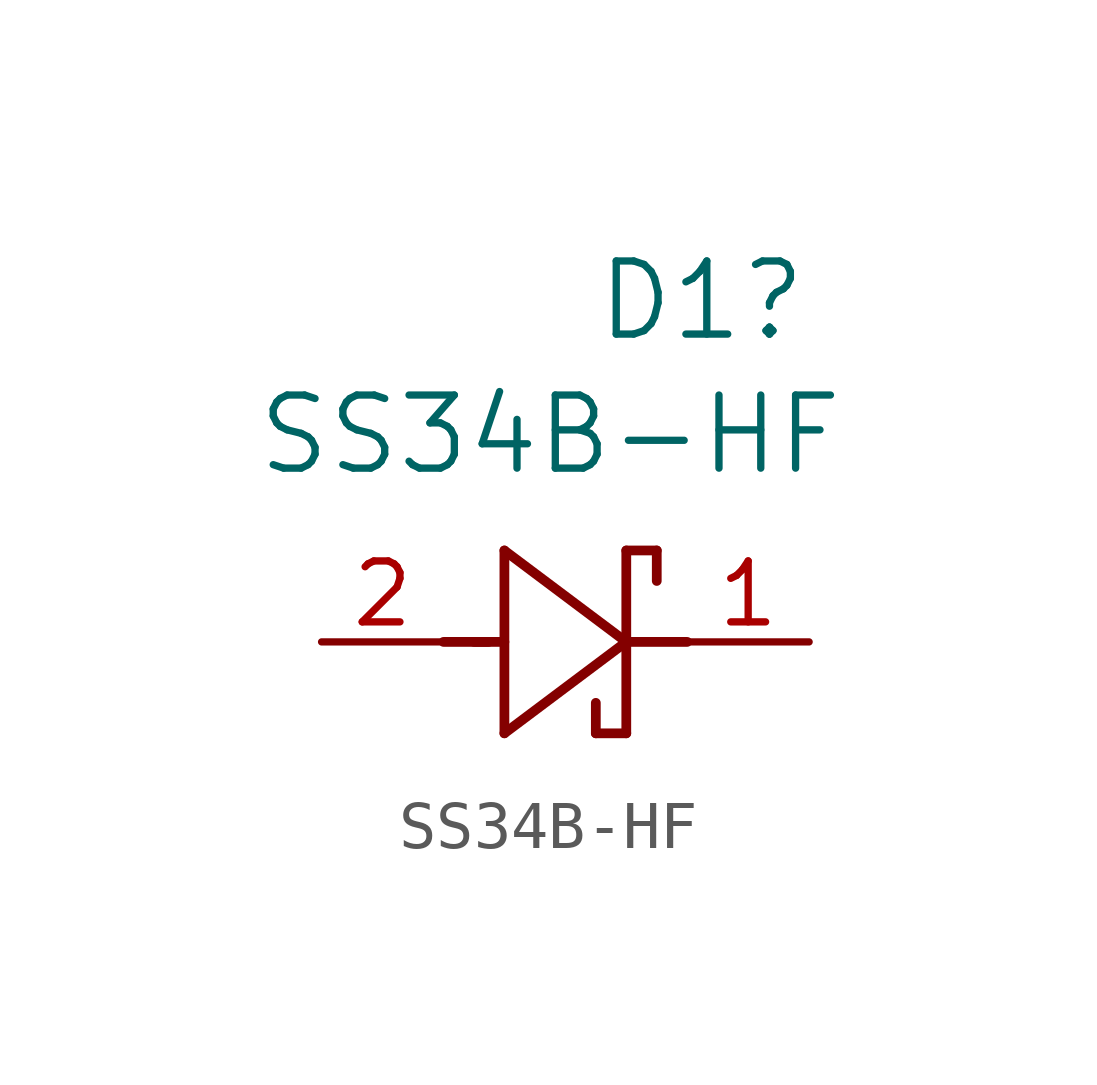
<source format=kicad_sym>
(kicad_symbol_lib
  (version 20241209)
  (generator "kicad_symbol_editor")
  (generator_version "9.0")
  (symbol "SS34B-HF"
    (pin_names
      (offset 0.254))
    (property "Reference" "D1"
      (at 10.16 7.112 0)
      (effects (font (size 1.524 1.524)) (justify right)))
    (property "Value" "SS34B-HF"
      (at 10.922 4.318 0)
      (effects (font (size 1.524 1.524)) (justify right)))
    (property "ki_locked" ""
      (at 0 0 0)
      (effects (font (size 1.27 1.27))))
    (symbol "SS34B-HF_0_1"
      (polyline (pts (xy 2.54 0) (xy 3.48 0)) (stroke (width 0.203) (type default)) (fill (type none)))
      (polyline (pts (xy 3.175 0) (xy 3.81 0)) (stroke (width 0.203) (type default)) (fill (type none)))
      (polyline (pts (xy 3.81 1.905) (xy 3.81 -1.905)) (stroke (width 0.203) (type default)) (fill (type none)))
      (polyline (pts (xy 3.81 -1.905) (xy 6.35 0)) (stroke (width 0.203) (type default)) (fill (type none)))
      (polyline (pts (xy 5.715 -1.905) (xy 5.715 -1.27)) (stroke (width 0.203) (type default)) (fill (type none)))
      (polyline (pts (xy 6.35 1.905) (xy 6.985 1.905)) (stroke (width 0.203) (type default)) (fill (type none)))
      (polyline (pts (xy 6.35 0) (xy 3.81 1.905)) (stroke (width 0.203) (type default)) (fill (type none)))
      (polyline (pts (xy 6.35 0) (xy 7.62 0)) (stroke (width 0.203) (type default)) (fill (type none)))
      (polyline (pts (xy 6.35 -1.905) (xy 5.715 -1.905)) (stroke (width 0.203) (type default)) (fill (type none)))
      (polyline (pts (xy 6.35 -1.905) (xy 6.35 1.905)) (stroke (width 0.203) (type default)) (fill (type none)))
      (polyline (pts (xy 6.985 1.905) (xy 6.985 1.27)) (stroke (width 0.203) (type default)) (fill (type none)))
      (pin power_in line (at 0 0 0) (length 2.54) (name "" (effects (font (size 1.27 1.27)))) (number "2" (effects (font (size 1.27 1.27)))))
      (pin power_out line (at 10.16 0 180) (length 2.54) (name "" (effects (font (size 1.27 1.27)))) (number "1" (effects (font (size 1.27 1.27))))))))
</source>
